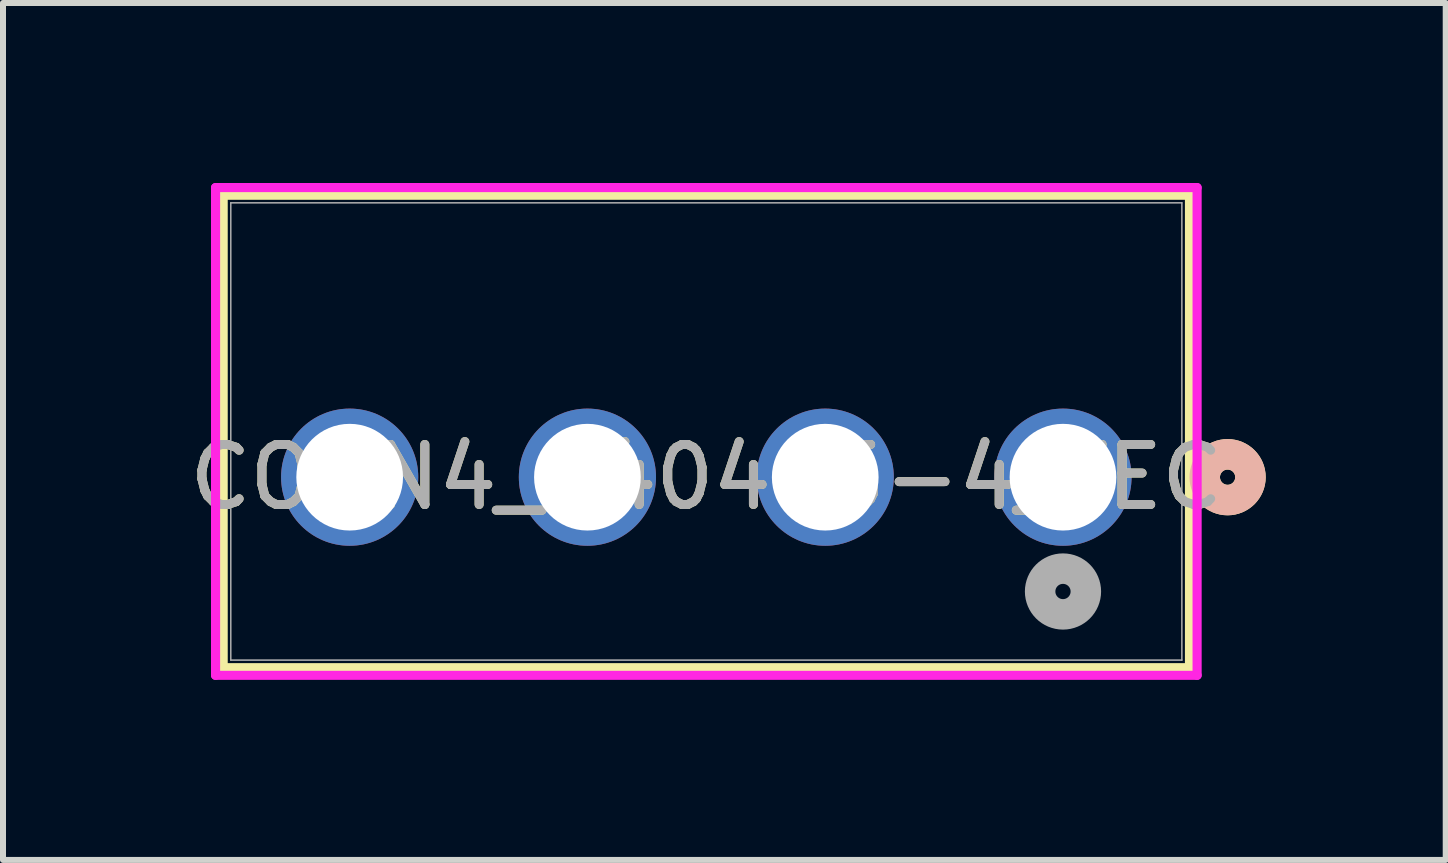
<source format=kicad_pcb>
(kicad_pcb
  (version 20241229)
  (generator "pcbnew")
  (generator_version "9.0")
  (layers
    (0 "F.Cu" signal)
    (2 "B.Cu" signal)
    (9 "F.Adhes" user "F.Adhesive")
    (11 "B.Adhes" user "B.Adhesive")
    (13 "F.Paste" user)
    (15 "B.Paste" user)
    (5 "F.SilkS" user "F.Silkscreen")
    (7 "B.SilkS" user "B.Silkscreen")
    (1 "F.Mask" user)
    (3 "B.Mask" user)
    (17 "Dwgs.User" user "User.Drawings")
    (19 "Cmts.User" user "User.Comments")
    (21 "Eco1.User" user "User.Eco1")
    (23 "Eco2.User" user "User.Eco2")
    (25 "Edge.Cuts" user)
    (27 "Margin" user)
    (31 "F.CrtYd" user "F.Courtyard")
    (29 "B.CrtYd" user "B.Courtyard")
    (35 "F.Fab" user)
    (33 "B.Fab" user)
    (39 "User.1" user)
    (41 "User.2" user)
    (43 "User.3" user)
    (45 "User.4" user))
  (footprint "CONN4_640445-4_TEC"
    (layer "F.Cu")
    (at 14.664 4.902)
    (property "Reference" "CONN4_640445-4_TEC" (at -5.944 0 0) (unlocked yes) (layer "F.SilkS") (effects (font (size 1 1) (thickness 0.15))))
    (attr through_hole)
    (fp_line (start -13.995 -4.699) (end -13.995 3.175) (stroke (width 0.152) (type solid)) (layer "F.SilkS"))
    (fp_line (start -13.995 3.175) (end 2.108 3.175) (stroke (width 0.152) (type solid)) (layer "F.SilkS"))
    (fp_line (start 2.108 -4.699) (end -13.995 -4.699) (stroke (width 0.152) (type solid)) (layer "F.SilkS"))
    (fp_line (start 2.108 3.175) (end 2.108 -4.699) (stroke (width 0.152) (type solid)) (layer "F.SilkS"))
    (fp_circle (center 2.743 0) (end 3.124 0) (stroke (width 0.508) (type solid)) (fill no) (layer "F.SilkS"))
    (fp_circle (center 2.743 0) (end 3.124 0) (stroke (width 0.508) (type solid)) (fill no) (layer "B.SilkS"))
    (fp_line (start -14.122 -4.826) (end -14.122 3.302) (stroke (width 0.152) (type solid)) (layer "F.CrtYd"))
    (fp_line (start -14.122 3.302) (end 2.235 3.302) (stroke (width 0.152) (type solid)) (layer "F.CrtYd"))
    (fp_line (start 2.235 -4.826) (end -14.122 -4.826) (stroke (width 0.152) (type solid)) (layer "F.CrtYd"))
    (fp_line (start 2.235 3.302) (end 2.235 -4.826) (stroke (width 0.152) (type solid)) (layer "F.CrtYd"))
    (fp_line (start -13.868 -4.572) (end -13.868 3.048) (stroke (width 0.025) (type solid)) (layer "F.Fab"))
    (fp_line (start -13.868 3.048) (end 1.981 3.048) (stroke (width 0.025) (type solid)) (layer "F.Fab"))
    (fp_line (start 1.981 -4.572) (end -13.868 -4.572) (stroke (width 0.025) (type solid)) (layer "F.Fab"))
    (fp_line (start 1.981 3.048) (end 1.981 -4.572) (stroke (width 0.025) (type solid)) (layer "F.Fab"))
    (fp_circle (center 0 1.905) (end 0.381 1.905) (stroke (width 0.508) (type solid)) (fill no) (layer "F.Fab"))
    (fp_text user "${REFERENCE}" (at -5.944 0 0) (unlocked yes) (layer "F.Fab") (effects (font (size 1 1) (thickness 0.15))))
    (pad "1" thru_hole circle (at 0 0) (size 2.286 2.286) (drill 1.778) (layers "*.Cu" "*.Mask"))
    (pad "2" thru_hole circle (at -3.962 0) (size 2.286 2.286) (drill 1.778) (layers "*.Cu" "*.Mask"))
    (pad "3" thru_hole circle (at -7.925 0) (size 2.286 2.286) (drill 1.778) (layers "*.Cu" "*.Mask"))
    (pad "4" thru_hole circle (at -11.887 0) (size 2.286 2.286) (drill 1.778) (layers "*.Cu" "*.Mask")))
  (gr_rect
    (start -3 -3)
    (end 21.042 11.28)
    (stroke (width 0.1) (type default))
    (fill no)
    (layer "Edge.Cuts")))
</source>
